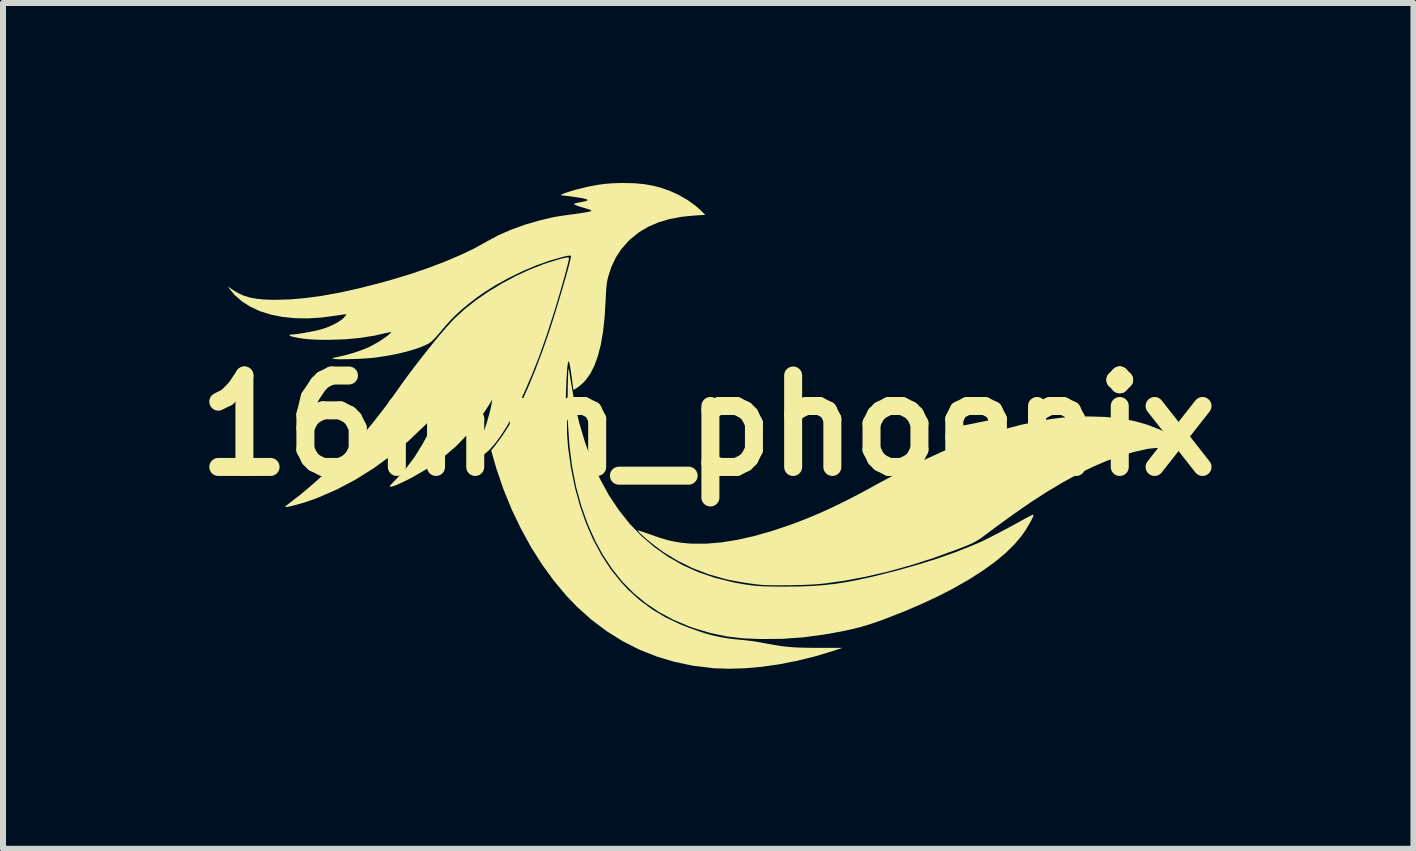
<source format=kicad_pcb>
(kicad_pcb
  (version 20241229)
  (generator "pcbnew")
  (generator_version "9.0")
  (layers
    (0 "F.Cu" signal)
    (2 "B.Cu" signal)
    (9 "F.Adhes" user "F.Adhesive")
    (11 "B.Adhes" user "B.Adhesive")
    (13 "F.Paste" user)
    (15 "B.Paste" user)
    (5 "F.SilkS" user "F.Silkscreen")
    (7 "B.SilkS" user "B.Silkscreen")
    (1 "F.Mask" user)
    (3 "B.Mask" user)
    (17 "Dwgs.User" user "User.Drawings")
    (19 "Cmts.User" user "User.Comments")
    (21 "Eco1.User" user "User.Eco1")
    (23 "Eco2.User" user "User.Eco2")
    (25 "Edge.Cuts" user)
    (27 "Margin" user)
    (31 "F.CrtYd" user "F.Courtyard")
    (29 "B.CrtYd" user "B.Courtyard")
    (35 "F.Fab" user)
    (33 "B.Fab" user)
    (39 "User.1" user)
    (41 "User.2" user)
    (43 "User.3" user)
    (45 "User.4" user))
  (footprint "16mm_phoenix"
    (layer "F.Cu")
    (at 8.752 4.042)
    (property "Reference" "16mm_phoenix" (at 0 0 0) (layer "F.SilkS") (effects (font (size 1.524 1.524) (thickness 0.3))))
    (attr board_only exclude_from_pos_files exclude_from_bom)
    (fp_poly (pts (xy 6.619 -0.144) (xy 6.865 -0.119) (xy 7.095 -0.077) (xy 7.309 -0.017) (xy 7.512 0.061) (xy 7.608 0.106) (xy 7.698 0.154) (xy 7.785 0.207) (xy 7.865 0.261) (xy 7.93 0.311) (xy 7.968 0.346) (xy 8.009 0.389) (xy 7.919 0.377) (xy 7.839 0.37) (xy 7.741 0.367) (xy 7.633 0.367) (xy 7.525 0.37) (xy 7.423 0.377) (xy 7.337 0.386) (xy 7.305 0.392) (xy 7.088 0.441) (xy 6.866 0.506) (xy 6.637 0.589) (xy 6.402 0.69) (xy 6.157 0.81) (xy 5.904 0.949) (xy 5.639 1.107) (xy 5.363 1.286) (xy 5.073 1.487) (xy 4.768 1.709) (xy 4.689 1.768) (xy 4.616 1.823) (xy 4.557 1.867) (xy 4.505 1.902) (xy 4.456 1.931) (xy 4.405 1.958) (xy 4.346 1.985) (xy 4.274 2.014) (xy 4.184 2.049) (xy 4.132 2.069) (xy 3.758 2.205) (xy 3.383 2.325) (xy 3.01 2.429) (xy 2.644 2.514) (xy 2.288 2.582) (xy 1.946 2.63) (xy 1.836 2.641) (xy 1.76 2.647) (xy 1.664 2.652) (xy 1.553 2.656) (xy 1.435 2.659) (xy 1.313 2.66) (xy 1.194 2.661) (xy 1.083 2.661) (xy 0.985 2.659) (xy 0.907 2.656) (xy 0.876 2.653) (xy 0.787 2.644) (xy 0.68 2.629) (xy 0.565 2.611) (xy 0.451 2.591) (xy 0.347 2.571) (xy 0.269 2.553) (xy -0.005 2.474) (xy -0.268 2.372) (xy -0.516 2.249) (xy -0.747 2.108) (xy -0.892 2.001) (xy -0.96 1.947) (xy -1.024 1.894) (xy -1.08 1.845) (xy -1.126 1.803) (xy -1.158 1.771) (xy -1.173 1.752) (xy -1.173 1.748) (xy -1.158 1.751) (xy -1.122 1.761) (xy -1.069 1.779) (xy -1.002 1.801) (xy -0.938 1.824) (xy -0.798 1.873) (xy -0.674 1.909) (xy -0.558 1.935) (xy -0.443 1.953) (xy -0.321 1.965) (xy -0.262 1.968) (xy -0.032 1.968) (xy 0.216 1.947) (xy 0.48 1.905) (xy 0.76 1.842) (xy 1.055 1.759) (xy 1.364 1.655) (xy 1.48 1.612) (xy 1.667 1.539) (xy 1.853 1.461) (xy 2.04 1.376) (xy 2.234 1.283) (xy 2.438 1.179) (xy 2.658 1.062) (xy 2.808 0.979) (xy 3.187 0.776) (xy 3.55 0.595) (xy 3.9 0.434) (xy 4.239 0.294) (xy 4.567 0.174) (xy 4.886 0.073) (xy 5.198 -0.01) (xy 5.504 -0.074) (xy 5.629 -0.096) (xy 5.778 -0.118) (xy 5.913 -0.134) (xy 6.045 -0.144) (xy 6.183 -0.15) (xy 6.338 -0.152) (xy 6.352 -0.152)) (stroke (width 0) (type solid)) (fill yes) (layer "F.SilkS"))
    (fp_poly (pts (xy -2.321 -0.935) (xy -2.315 -0.899) (xy -2.307 -0.846) (xy -2.298 -0.786) (xy -2.233 -0.41) (xy -2.152 -0.055) (xy -2.053 0.28) (xy -1.937 0.594) (xy -1.805 0.886) (xy -1.657 1.158) (xy -1.491 1.407) (xy -1.31 1.635) (xy -1.112 1.841) (xy -0.898 2.025) (xy -0.669 2.187) (xy -0.423 2.327) (xy -0.162 2.444) (xy 0.114 2.538) (xy 0.406 2.61) (xy 0.455 2.62) (xy 0.552 2.637) (xy 0.637 2.651) (xy 0.715 2.662) (xy 0.792 2.67) (xy 0.873 2.676) (xy 0.962 2.68) (xy 1.064 2.682) (xy 1.185 2.683) (xy 1.304 2.683) (xy 1.528 2.681) (xy 1.732 2.673) (xy 1.925 2.659) (xy 2.112 2.638) (xy 2.301 2.609) (xy 2.498 2.571) (xy 2.712 2.524) (xy 2.8 2.503) (xy 3.161 2.412) (xy 3.495 2.317) (xy 3.807 2.22) (xy 4.098 2.118) (xy 4.37 2.011) (xy 4.546 1.936) (xy 4.603 1.909) (xy 4.678 1.871) (xy 4.769 1.825) (xy 4.869 1.773) (xy 4.974 1.718) (xy 5.079 1.661) (xy 5.18 1.606) (xy 5.269 1.556) (xy 5.325 1.526) (xy 5.372 1.502) (xy 5.406 1.487) (xy 5.42 1.484) (xy 5.42 1.484) (xy 5.419 1.5) (xy 5.405 1.536) (xy 5.381 1.584) (xy 5.349 1.642) (xy 5.312 1.704) (xy 5.273 1.766) (xy 5.233 1.822) (xy 5.223 1.837) (xy 5.1 1.982) (xy 4.951 2.128) (xy 4.776 2.273) (xy 4.576 2.417) (xy 4.353 2.56) (xy 4.108 2.701) (xy 3.841 2.839) (xy 3.553 2.974) (xy 3.246 3.105) (xy 2.921 3.231) (xy 2.889 3.243) (xy 2.767 3.286) (xy 2.651 3.324) (xy 2.537 3.357) (xy 2.418 3.387) (xy 2.29 3.416) (xy 2.147 3.444) (xy 1.983 3.473) (xy 1.925 3.483) (xy 1.583 3.529) (xy 1.23 3.554) (xy 0.871 3.557) (xy 0.579 3.545) (xy 0.31 3.514) (xy 0.038 3.457) (xy -0.237 3.375) (xy -0.313 3.348) (xy -0.573 3.239) (xy -0.815 3.11) (xy -1.038 2.961) (xy -1.243 2.791) (xy -1.431 2.601) (xy -1.601 2.388) (xy -1.756 2.154) (xy -1.877 1.932) (xy -2.006 1.645) (xy -2.114 1.341) (xy -2.202 1.021) (xy -2.268 0.684) (xy -2.313 0.33) (xy -2.338 -0.043) (xy -2.341 -0.152) (xy -2.343 -0.237) (xy -2.343 -0.332) (xy -2.343 -0.43) (xy -2.342 -0.53) (xy -2.341 -0.627) (xy -2.339 -0.718) (xy -2.336 -0.799) (xy -2.334 -0.866) (xy -2.331 -0.915) (xy -2.327 -0.944) (xy -2.325 -0.949)) (stroke (width 0) (type solid)) (fill yes) (layer "F.SilkS"))
    (fp_poly (pts (xy -2.326 -2.8) (xy -2.321 -2.792) (xy -2.321 -2.788) (xy -2.323 -2.766) (xy -2.333 -2.721) (xy -2.349 -2.656) (xy -2.37 -2.573) (xy -2.397 -2.476) (xy -2.427 -2.368) (xy -2.461 -2.251) (xy -2.496 -2.13) (xy -2.533 -2.006) (xy -2.571 -1.883) (xy -2.572 -1.88) (xy -2.692 -1.508) (xy -2.814 -1.163) (xy -2.94 -0.843) (xy -3.068 -0.547) (xy -3.16 -0.352) (xy -3.264 -0.15) (xy -3.366 0.028) (xy -3.465 0.181) (xy -3.561 0.309) (xy -3.653 0.411) (xy -3.73 0.477) (xy -3.775 0.509) (xy -3.823 0.541) (xy -3.87 0.568) (xy -3.91 0.589) (xy -3.937 0.601) (xy -3.946 0.6) (xy -3.94 0.585) (xy -3.925 0.552) (xy -3.903 0.507) (xy -3.896 0.493) (xy -3.853 0.4) (xy -3.807 0.289) (xy -3.762 0.167) (xy -3.718 0.039) (xy -3.679 -0.087) (xy -3.645 -0.206) (xy -3.62 -0.31) (xy -3.608 -0.373) (xy -3.599 -0.435) (xy -3.652 -0.345) (xy -3.817 -0.095) (xy -4.001 0.136) (xy -4.205 0.347) (xy -4.429 0.539) (xy -4.672 0.712) (xy -4.935 0.865) (xy -5.013 0.905) (xy -5.117 0.955) (xy -5.197 0.991) (xy -5.256 1.012) (xy -5.293 1.02) (xy -5.307 1.016) (xy -5.302 1.003) (xy -5.28 0.976) (xy -5.245 0.939) (xy -5.213 0.907) (xy -5.049 0.73) (xy -4.897 0.529) (xy -4.758 0.304) (xy -4.7 0.196) (xy -4.663 0.123) (xy -4.627 0.048) (xy -4.595 -0.023) (xy -4.567 -0.086) (xy -4.545 -0.138) (xy -4.532 -0.173) (xy -4.53 -0.188) (xy -4.53 -0.188) (xy -4.54 -0.18) (xy -4.567 -0.156) (xy -4.607 -0.117) (xy -4.658 -0.068) (xy -4.715 -0.01) (xy -4.72 -0.005) (xy -4.995 0.257) (xy -5.28 0.496) (xy -5.574 0.71) (xy -5.875 0.899) (xy -6.183 1.062) (xy -6.497 1.199) (xy -6.572 1.227) (xy -6.651 1.255) (xy -6.733 1.282) (xy -6.814 1.306) (xy -6.888 1.326) (xy -6.954 1.343) (xy -7.005 1.353) (xy -7.039 1.357) (xy -7.05 1.353) (xy -7.04 1.341) (xy -7.012 1.318) (xy -6.972 1.287) (xy -6.957 1.275) (xy -6.816 1.167) (xy -6.662 1.039) (xy -6.5 0.897) (xy -6.334 0.744) (xy -6.168 0.583) (xy -6.005 0.418) (xy -5.85 0.254) (xy -5.706 0.094) (xy -5.685 0.069) (xy -5.619 -0.01) (xy -5.542 -0.106) (xy -5.459 -0.212) (xy -5.375 -0.322) (xy -5.296 -0.429) (xy -5.225 -0.527) (xy -5.208 -0.552) (xy -5.11 -0.69) (xy -5.006 -0.833) (xy -4.896 -0.979) (xy -4.784 -1.124) (xy -4.673 -1.265) (xy -4.565 -1.399) (xy -4.463 -1.522) (xy -4.368 -1.632) (xy -4.285 -1.725) (xy -4.226 -1.787) (xy -4.06 -1.939) (xy -3.871 -2.088) (xy -3.664 -2.231) (xy -3.443 -2.365) (xy -3.214 -2.488) (xy -2.98 -2.597) (xy -2.747 -2.689) (xy -2.519 -2.762) (xy -2.47 -2.775) (xy -2.406 -2.791) (xy -2.364 -2.801) (xy -2.339 -2.803)) (stroke (width 0) (type solid)) (fill yes) (layer "F.SilkS"))
    (fp_poly (pts (xy -1.22 -4.038) (xy -1.064 -4.023) (xy -0.915 -3.996) (xy -0.796 -3.966) (xy -0.641 -3.912) (xy -0.488 -3.842) (xy -0.343 -3.758) (xy -0.213 -3.665) (xy -0.13 -3.591) (xy -0.049 -3.511) (xy -0.212 -3.502) (xy -0.44 -3.48) (xy -0.646 -3.441) (xy -0.833 -3.385) (xy -1.002 -3.312) (xy -1.155 -3.221) (xy -1.292 -3.11) (xy -1.333 -3.071) (xy -1.448 -2.941) (xy -1.54 -2.8) (xy -1.614 -2.643) (xy -1.664 -2.49) (xy -1.676 -2.443) (xy -1.686 -2.396) (xy -1.693 -2.344) (xy -1.699 -2.282) (xy -1.704 -2.205) (xy -1.709 -2.107) (xy -1.711 -2.063) (xy -1.727 -1.801) (xy -1.753 -1.565) (xy -1.789 -1.354) (xy -1.836 -1.169) (xy -1.893 -1.008) (xy -1.96 -0.873) (xy -2.038 -0.762) (xy -2.095 -0.702) (xy -2.141 -0.663) (xy -2.184 -0.63) (xy -2.219 -0.608) (xy -2.242 -0.599) (xy -2.249 -0.603) (xy -2.251 -0.619) (xy -2.256 -0.658) (xy -2.263 -0.715) (xy -2.272 -0.784) (xy -2.278 -0.827) (xy -2.292 -0.925) (xy -2.304 -0.997) (xy -2.314 -1.044) (xy -2.322 -1.067) (xy -2.33 -1.069) (xy -2.337 -1.051) (xy -2.337 -1.048) (xy -2.344 -1.004) (xy -2.351 -0.937) (xy -2.357 -0.852) (xy -2.363 -0.753) (xy -2.367 -0.645) (xy -2.371 -0.534) (xy -2.373 -0.423) (xy -2.373 -0.358) (xy -2.363 0.012) (xy -2.335 0.367) (xy -2.287 0.708) (xy -2.221 1.034) (xy -2.136 1.343) (xy -2.034 1.635) (xy -1.914 1.908) (xy -1.777 2.163) (xy -1.623 2.397) (xy -1.451 2.611) (xy -1.33 2.74) (xy -1.14 2.911) (xy -0.936 3.062) (xy -0.715 3.194) (xy -0.476 3.308) (xy -0.317 3.371) (xy -0.168 3.424) (xy -0.036 3.467) (xy 0.087 3.5) (xy 0.207 3.526) (xy 0.331 3.547) (xy 0.468 3.563) (xy 0.573 3.573) (xy 0.656 3.582) (xy 0.746 3.593) (xy 0.831 3.606) (xy 0.876 3.615) (xy 1.009 3.64) (xy 1.125 3.66) (xy 1.229 3.676) (xy 1.328 3.687) (xy 1.429 3.695) (xy 1.537 3.7) (xy 1.659 3.703) (xy 1.801 3.704) (xy 1.826 3.704) (xy 2.237 3.704) (xy 2.053 3.764) (xy 1.766 3.85) (xy 1.475 3.921) (xy 1.183 3.978) (xy 0.896 4.019) (xy 0.616 4.044) (xy 0.349 4.052) (xy 0.098 4.044) (xy 0.069 4.041) (xy -0.253 4.002) (xy -0.563 3.937) (xy -0.863 3.847) (xy -1.151 3.732) (xy -1.427 3.592) (xy -1.691 3.427) (xy -1.943 3.238) (xy -2.181 3.025) (xy -2.362 2.837) (xy -2.571 2.587) (xy -2.769 2.315) (xy -2.954 2.023) (xy -3.123 1.714) (xy -3.277 1.393) (xy -3.412 1.062) (xy -3.528 0.723) (xy -3.574 0.566) (xy -3.616 0.414) (xy -3.542 0.321) (xy -3.43 0.17) (xy -3.32 -0.002) (xy -3.21 -0.197) (xy -3.101 -0.415) (xy -2.992 -0.658) (xy -2.882 -0.926) (xy -2.771 -1.219) (xy -2.714 -1.38) (xy -2.679 -1.481) (xy -2.641 -1.594) (xy -2.602 -1.715) (xy -2.562 -1.842) (xy -2.522 -1.972) (xy -2.483 -2.102) (xy -2.445 -2.229) (xy -2.409 -2.352) (xy -2.376 -2.466) (xy -2.347 -2.57) (xy -2.323 -2.66) (xy -2.305 -2.734) (xy -2.292 -2.789) (xy -2.287 -2.822) (xy -2.288 -2.831) (xy -2.305 -2.833) (xy -2.342 -2.829) (xy -2.392 -2.819) (xy -2.408 -2.815) (xy -2.63 -2.753) (xy -2.862 -2.671) (xy -3.096 -2.572) (xy -3.328 -2.459) (xy -3.55 -2.336) (xy -3.755 -2.206) (xy -3.883 -2.114) (xy -4.005 -2.019) (xy -4.11 -1.932) (xy -4.201 -1.849) (xy -4.286 -1.764) (xy -4.37 -1.672) (xy -4.425 -1.607) (xy -4.488 -1.532) (xy -4.537 -1.476) (xy -4.577 -1.434) (xy -4.611 -1.403) (xy -4.641 -1.379) (xy -4.673 -1.36) (xy -4.682 -1.355) (xy -4.775 -1.313) (xy -4.892 -1.272) (xy -5.029 -1.232) (xy -5.18 -1.196) (xy -5.344 -1.164) (xy -5.514 -1.138) (xy -5.519 -1.137) (xy -5.586 -1.129) (xy -5.669 -1.122) (xy -5.761 -1.116) (xy -5.858 -1.111) (xy -5.953 -1.108) (xy -6.043 -1.106) (xy -6.122 -1.105) (xy -6.185 -1.106) (xy -6.226 -1.11) (xy -6.23 -1.111) (xy -6.254 -1.116) (xy -6.263 -1.121) (xy -6.254 -1.126) (xy -6.224 -1.133) (xy -6.171 -1.144) (xy -6.16 -1.147) (xy -6.035 -1.176) (xy -5.903 -1.214) (xy -5.775 -1.258) (xy -5.664 -1.303) (xy -5.66 -1.305) (xy -5.598 -1.336) (xy -5.529 -1.375) (xy -5.46 -1.417) (xy -5.395 -1.46) (xy -5.342 -1.499) (xy -5.307 -1.529) (xy -5.305 -1.532) (xy -5.277 -1.563) (xy -5.319 -1.553) (xy -5.566 -1.498) (xy -5.803 -1.461) (xy -6.041 -1.438) (xy -6.29 -1.43) (xy -6.326 -1.429) (xy -6.457 -1.43) (xy -6.567 -1.433) (xy -6.662 -1.439) (xy -6.747 -1.448) (xy -6.83 -1.461) (xy -6.909 -1.477) (xy -6.954 -1.489) (xy -6.977 -1.502) (xy -6.976 -1.512) (xy -6.951 -1.517) (xy -6.934 -1.518) (xy -6.893 -1.521) (xy -6.832 -1.528) (xy -6.757 -1.54) (xy -6.676 -1.555) (xy -6.594 -1.57) (xy -6.519 -1.586) (xy -6.458 -1.602) (xy -6.457 -1.602) (xy -6.363 -1.632) (xy -6.27 -1.671) (xy -6.186 -1.714) (xy -6.117 -1.759) (xy -6.078 -1.792) (xy -6.05 -1.824) (xy -6.033 -1.847) (xy -6.03 -1.855) (xy -6.046 -1.855) (xy -6.082 -1.851) (xy -6.135 -1.843) (xy -6.192 -1.834) (xy -6.437 -1.801) (xy -6.671 -1.786) (xy -6.893 -1.79) (xy -7.101 -1.812) (xy -7.294 -1.851) (xy -7.472 -1.907) (xy -7.631 -1.981) (xy -7.772 -2.071) (xy -7.892 -2.177) (xy -7.967 -2.266) (xy -8.005 -2.317) (xy -7.915 -2.257) (xy -7.829 -2.205) (xy -7.739 -2.165) (xy -7.642 -2.135) (xy -7.532 -2.114) (xy -7.406 -2.101) (xy -7.258 -2.096) (xy -7.202 -2.096) (xy -6.962 -2.103) (xy -6.706 -2.126) (xy -6.433 -2.163) (xy -6.141 -2.216) (xy -5.829 -2.285) (xy -5.497 -2.369) (xy -5.277 -2.43) (xy -4.966 -2.524) (xy -4.672 -2.624) (xy -4.396 -2.729) (xy -4.141 -2.837) (xy -3.909 -2.947) (xy -3.703 -3.06) (xy -3.684 -3.071) (xy -3.496 -3.172) (xy -3.286 -3.264) (xy -3.057 -3.347) (xy -2.813 -3.418) (xy -2.593 -3.47) (xy -2.547 -3.479) (xy -2.48 -3.49) (xy -2.398 -3.502) (xy -2.309 -3.515) (xy -2.23 -3.525) (xy -2.148 -3.537) (xy -2.074 -3.548) (xy -2.015 -3.558) (xy -1.973 -3.567) (xy -1.954 -3.573) (xy -1.954 -3.573) (xy -1.949 -3.58) (xy -1.951 -3.587) (xy -1.965 -3.595) (xy -1.994 -3.605) (xy -2.042 -3.62) (xy -2.113 -3.641) (xy -2.167 -3.658) (xy -2.209 -3.674) (xy -2.233 -3.686) (xy -2.237 -3.691) (xy -2.225 -3.699) (xy -2.191 -3.71) (xy -2.143 -3.72) (xy -2.129 -3.722) (xy -2.063 -3.735) (xy -2.023 -3.747) (xy -2.01 -3.758) (xy -2.021 -3.769) (xy -2.053 -3.779) (xy -2.086 -3.787) (xy -2.138 -3.796) (xy -2.203 -3.806) (xy -2.272 -3.816) (xy -2.338 -3.825) (xy -2.394 -3.832) (xy -2.432 -3.835) (xy -2.44 -3.836) (xy -2.457 -3.839) (xy -2.45 -3.848) (xy -2.423 -3.861) (xy -2.378 -3.878) (xy -2.32 -3.897) (xy -2.252 -3.918) (xy -2.176 -3.939) (xy -2.097 -3.959) (xy -2.017 -3.978) (xy -1.975 -3.987) (xy -1.843 -4.011) (xy -1.72 -4.028) (xy -1.596 -4.038) (xy -1.461 -4.042) (xy -1.394 -4.042)) (stroke (width 0) (type solid)) (fill yes) (layer "F.SilkS")))
  (gr_rect
    (start -3 -3)
    (end 20.504 11.095)
    (stroke (width 0.1) (type default))
    (fill no)
    (layer "Edge.Cuts")))
</source>
